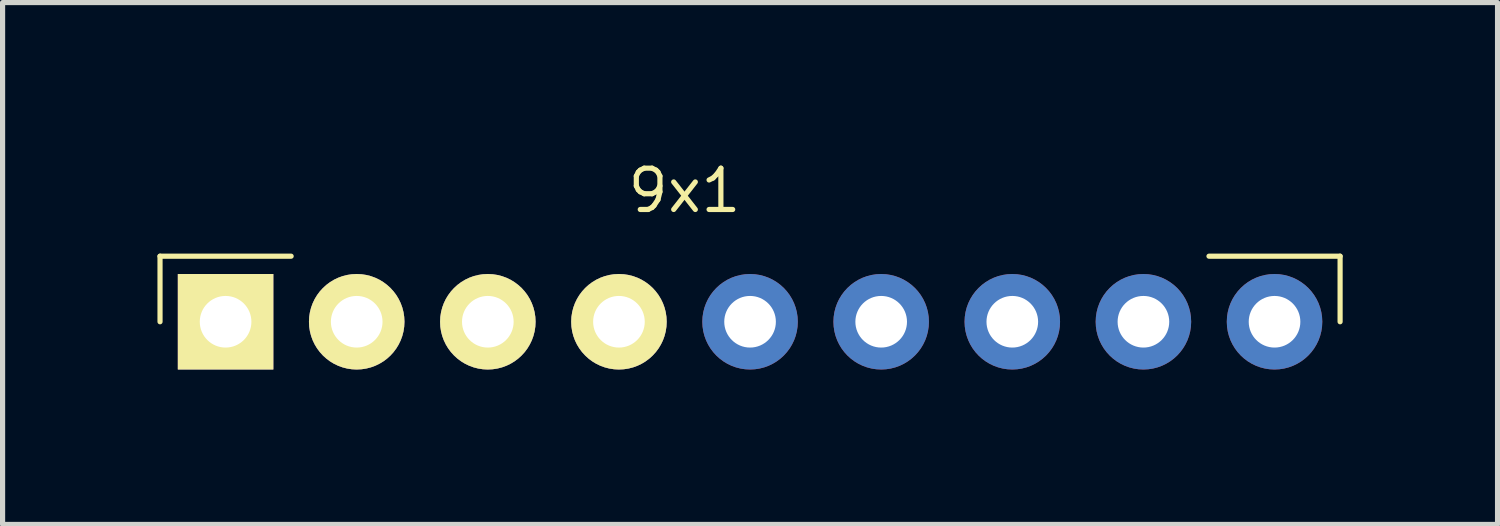
<source format=kicad_pcb>
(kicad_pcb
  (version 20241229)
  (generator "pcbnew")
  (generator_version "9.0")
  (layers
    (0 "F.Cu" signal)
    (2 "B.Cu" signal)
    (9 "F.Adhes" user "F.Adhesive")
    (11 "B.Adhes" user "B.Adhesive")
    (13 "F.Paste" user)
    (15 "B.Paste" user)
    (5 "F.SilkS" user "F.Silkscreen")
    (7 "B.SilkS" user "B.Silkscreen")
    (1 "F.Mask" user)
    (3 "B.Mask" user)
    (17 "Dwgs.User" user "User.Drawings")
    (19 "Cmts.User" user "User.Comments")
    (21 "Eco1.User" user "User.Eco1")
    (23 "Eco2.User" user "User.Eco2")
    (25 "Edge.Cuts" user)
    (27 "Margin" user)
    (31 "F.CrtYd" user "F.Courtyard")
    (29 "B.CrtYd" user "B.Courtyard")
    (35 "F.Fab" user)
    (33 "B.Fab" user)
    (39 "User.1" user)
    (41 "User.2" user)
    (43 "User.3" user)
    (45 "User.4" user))
  (footprint "9x1"
    (layer "F.Cu")
    (at 1.32 3.183)
    (property "Reference" "9x1" (at 8.89 -2.54 0) (layer "F.SilkS") (effects (font (size 0.8 0.8) (thickness 0.1))))
    (attr through_hole)
    (fp_line (start -1.27 -1.27) (end 1.27 -1.27) (stroke (width 0.1) (type solid)) (layer "F.SilkS"))
    (fp_line (start -1.27 0) (end -1.27 -1.27) (stroke (width 0.1) (type solid)) (layer "F.SilkS"))
    (fp_line (start 21.59 -1.27) (end 19.05 -1.27) (stroke (width 0.1) (type solid)) (layer "F.SilkS"))
    (fp_line (start 21.59 0) (end 21.59 -1.27) (stroke (width 0.1) (type solid)) (layer "F.SilkS"))
    (pad "1" thru_hole rect (at 0 0) (size 1.85 1.85) (drill 1) (layers "*.Cu" "*.Mask" "F.SilkS"))
    (pad "2" thru_hole circle (at 2.54 0) (size 1.85 1.85) (drill 1) (layers "*.Cu" "*.Mask" "F.SilkS"))
    (pad "3" thru_hole circle (at 5.08 0) (size 1.85 1.85) (drill 1) (layers "*.Cu" "*.Mask" "F.SilkS"))
    (pad "4" thru_hole circle (at 7.62 0) (size 1.85 1.85) (drill 1) (layers "*.Cu" "*.Mask" "F.SilkS"))
    (pad "5" thru_hole circle (at 10.16 0) (size 1.85 1.85) (drill 1) (layers "*.Cu" "*.Mask"))
    (pad "6" thru_hole circle (at 12.7 0) (size 1.85 1.85) (drill 1) (layers "*.Cu" "*.Mask"))
    (pad "7" thru_hole circle (at 15.24 0) (size 1.85 1.85) (drill 1) (layers "*.Cu" "*.Mask"))
    (pad "8" thru_hole circle (at 17.78 0) (size 1.85 1.85) (drill 1) (layers "*.Cu" "*.Mask"))
    (pad "9" thru_hole circle (at 20.32 0) (size 1.85 1.85) (drill 1) (layers "*.Cu" "*.Mask")))
  (gr_rect
    (start -3 -3)
    (end 25.96 7.109)
    (stroke (width 0.1) (type default))
    (fill no)
    (layer "Edge.Cuts")))
</source>
